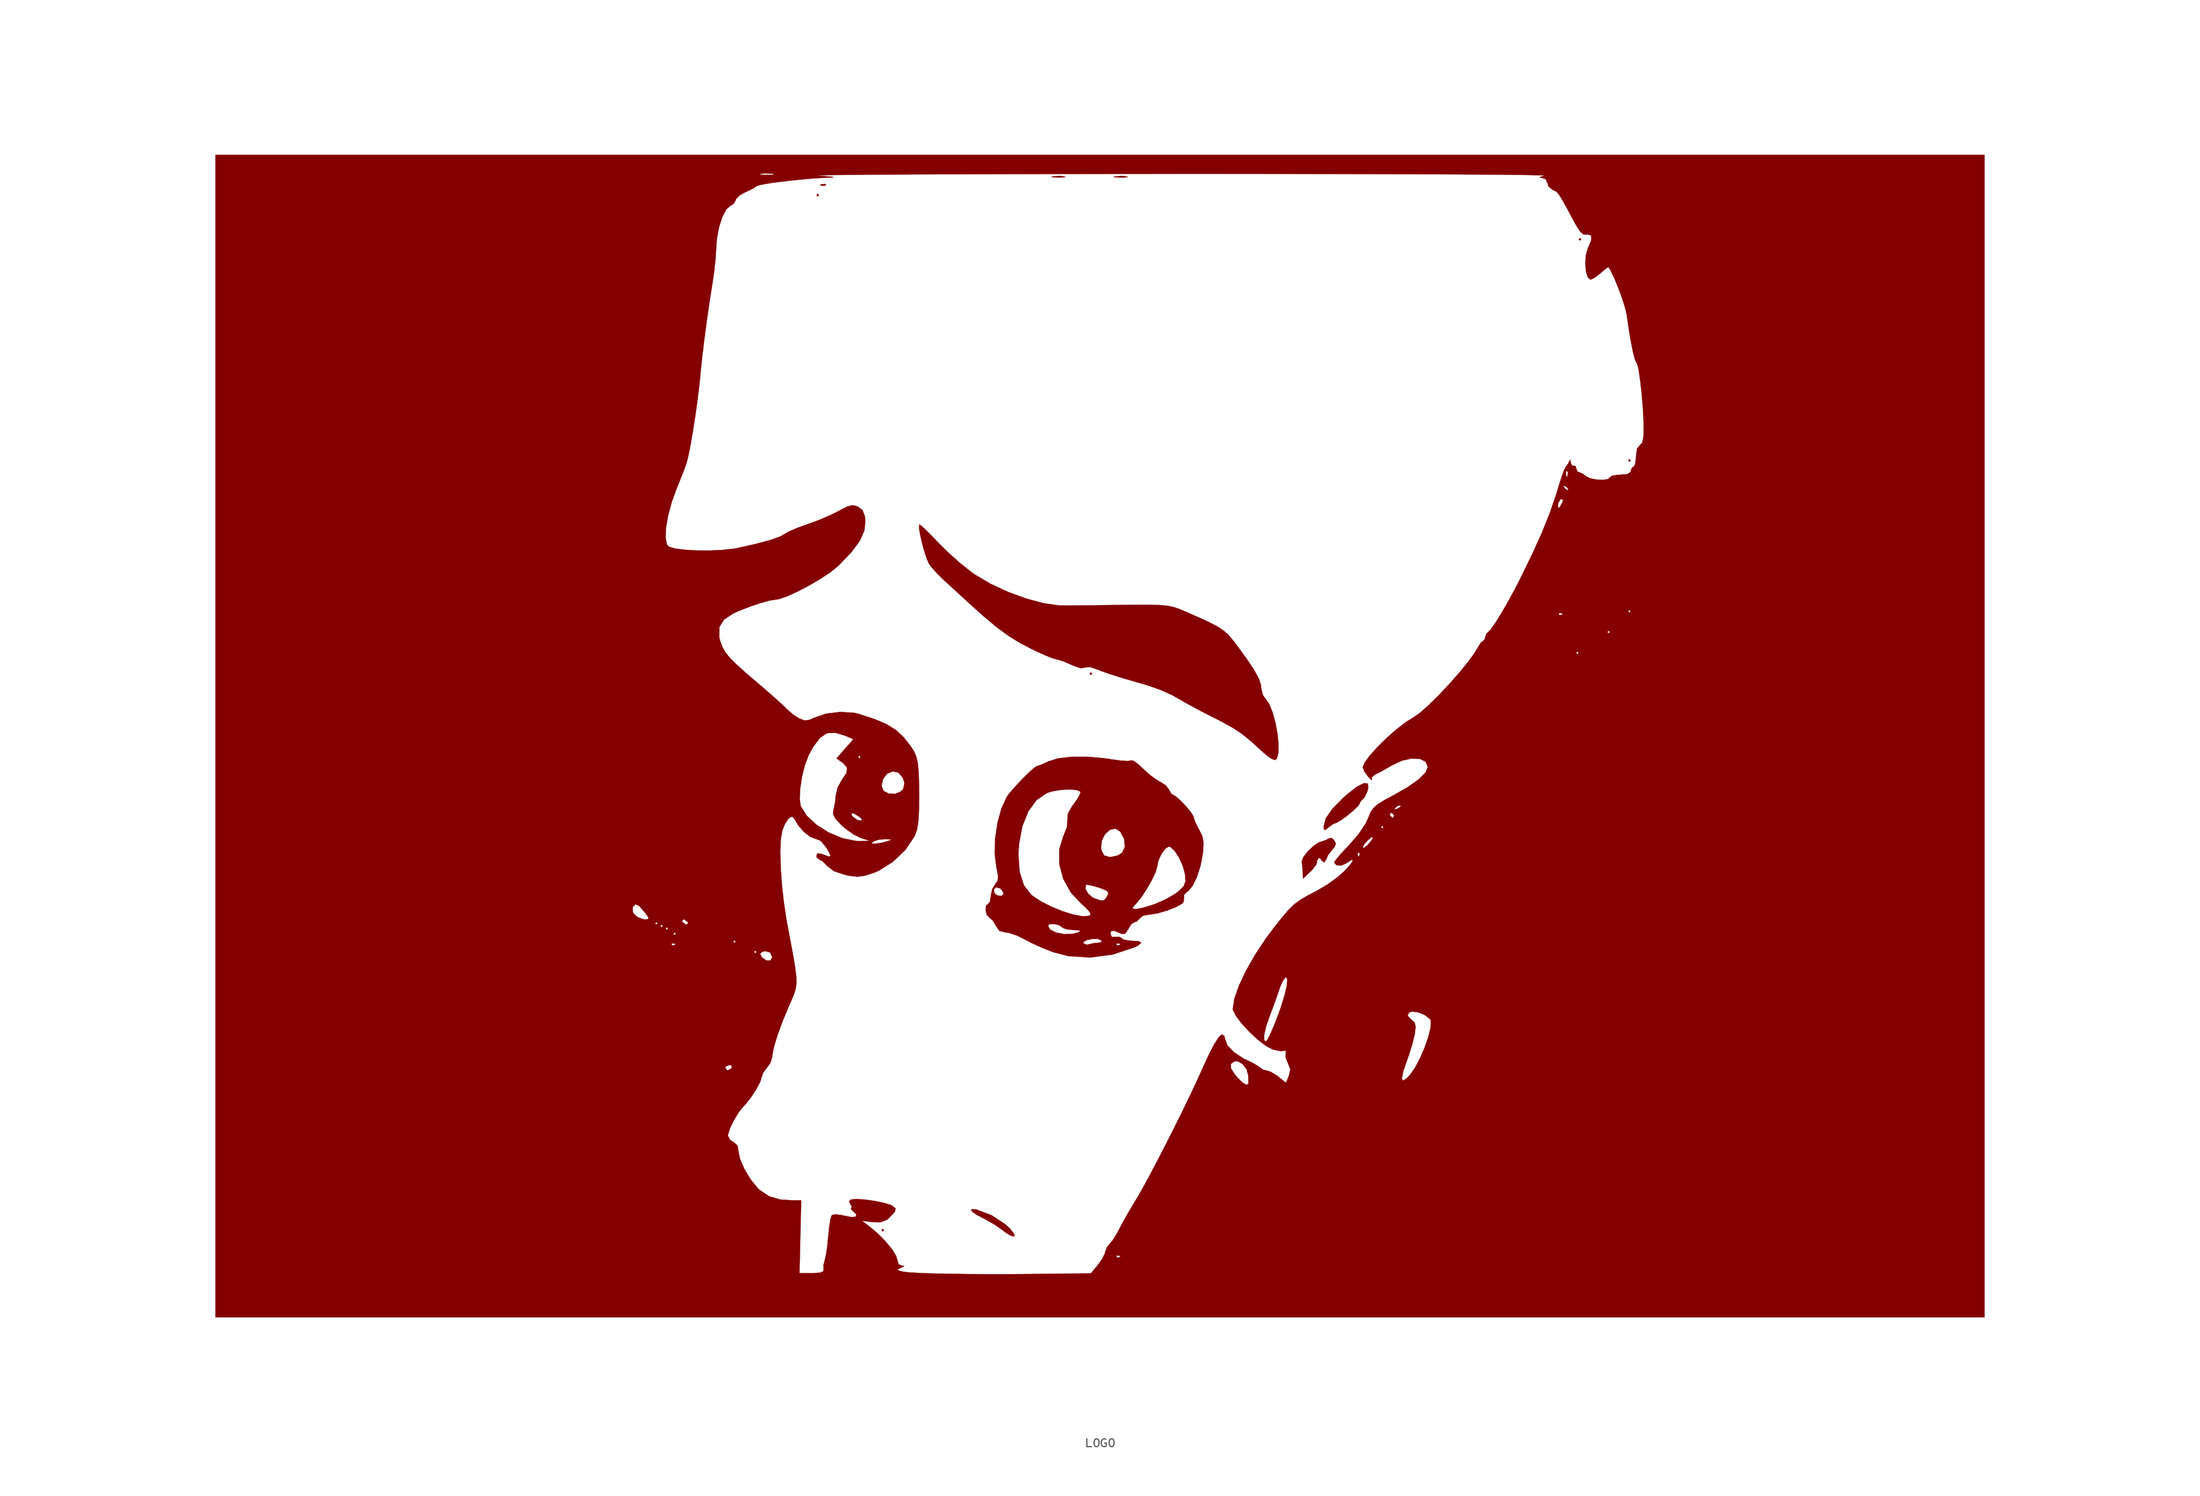
<source format=kicad_sym>
(kicad_symbol_lib
  (version 20220914)
  (generator "bitmap2component")
  (generator_version "9.0")
  (symbol "LOGO"
    (pin_names
      (offset 1.016))
    (property "Reference" "#G"
      (at 0 59.758 0)
      (effects (font (size 1.27 1.27)) hide))
    (symbol "LOGO_0_0"
      (polyline (pts (xy 91.872 0.000100) (xy 91.872 60.393) (xy 0 60.393) (xy -91.872 60.393) (xy -91.872 58.355) (xy -35.323 58.355) (xy -35.195 58.422) (xy -34.767 58.466) (xy -33.979 58.422) (xy -33.842 58.38) (xy -34.003 58.326) (xy -34.587 58.304) (xy -34.984 58.312) (xy -35.323 58.355) (xy -91.872 58.355) (xy -91.872 20.608) (xy -45.121 20.608) (xy -45.074 21.648) (xy -44.852 22.928) (xy -44.467 24.347) (xy -43.934 25.805) (xy -43.678 26.431) (xy -43.277 27.443) (xy -42.979 28.237) (xy -42.801 28.892) (xy -42.571 30.003) (xy -42.321 31.418) (xy -42.068 33.015) (xy -41.832 34.675) (xy -41.632 36.275) (xy -41.488 37.695) (xy -41.334 39.22) (xy -41.104 41.143) (xy -40.824 43.247) (xy -40.518 45.354) (xy -40.21 47.287) (xy -40.067 48.277) (xy -39.924 49.634) (xy -39.854 50.8) (xy -39.798 51.608) (xy -39.575 52.845) (xy -39.228 53.932) (xy -38.801 54.738) (xy -38.341 55.133) (xy -38.054 55.293) (xy -37.83 55.696) (xy -37.806 55.792) (xy -37.455 56.163) (xy -36.816 56.519) (xy -36.605 56.61) (xy -35.984 56.917) (xy -35.668 57.139) (xy -35.653 57.153) (xy -35.271 57.27) (xy -34.48 57.412) (xy -33.397 57.565) (xy -32.136 57.715) (xy -30.811 57.849) (xy -29.538 57.953) (xy -28.43 58.012) (xy -28.07 58.026) (xy -27.664 58.056) (xy -27.719 58.097) (xy -28.262 58.153) (xy -29.318 58.231) (xy -29.352 58.234) (xy -29.299 58.253) (xy -28.737 58.272) (xy -27.694 58.29) (xy -26.196 58.308) (xy -24.272 58.325) (xy -21.949 58.34) (xy -19.254 58.355) (xy -16.215 58.368) (xy -12.86 58.38) (xy -9.215 58.391) (xy -5.31 58.4) (xy -1.17 58.407) (xy 3.176 58.412) (xy 7.701 58.414) (xy 8.055 58.415) (xy 12.597 58.415) (xy 16.975 58.413) (xy 21.161 58.408) (xy 25.125 58.401) (xy 28.839 58.391) (xy 32.273 58.38) (xy 35.399 58.366) (xy 38.188 58.351) (xy 40.609 58.335) (xy 42.636 58.316) (xy 44.237 58.297) (xy 45.386 58.276) (xy 46.052 58.254) (xy 46.206 58.231) (xy 45.932 58.169) (xy 45.632 58.054) (xy 45.869 57.996) (xy 46.27 57.884) (xy 46.477 57.438) (xy 46.575 57.107) (xy 47.01 56.747) (xy 47.228 56.666) (xy 47.449 56.515) (xy 47.692 56.221) (xy 48.015 55.702) (xy 48.475 54.871) (xy 49.129 53.647) (xy 49.428 53.101) (xy 49.865 52.426) (xy 50.212 52.12) (xy 50.547 52.099) (xy 50.642 52.12) (xy 51.011 52.014) (xy 51.02 51.525) (xy 50.667 50.67) (xy 50.633 50.598) (xy 50.452 49.904) (xy 50.404 49.071) (xy 50.478 48.267) (xy 50.659 47.662) (xy 50.932 47.422) (xy 50.987 47.43) (xy 51.436 47.66) (xy 52.007 48.113) (xy 52.144 48.237) (xy 52.6 48.612) (xy 52.816 48.721) (xy 52.987 48.454) (xy 53.373 47.666) (xy 53.804 46.628) (xy 54.214 45.514) (xy 54.537 44.5) (xy 54.707 43.757) (xy 54.893 42.433) (xy 55.126 41.037) (xy 55.357 39.895) (xy 55.567 39.101) (xy 55.736 38.749) (xy 55.827 38.554) (xy 55.966 37.904) (xy 56.109 36.916) (xy 56.243 35.709) (xy 56.356 34.399) (xy 56.435 33.105) (xy 56.467 31.944) (xy 56.444 31.138) (xy 56.32 30.5) (xy 56.069 30.227) (xy 55.773 29.858) (xy 55.664 29.019) (xy 55.658 28.802) (xy 55.565 28.206) (xy 55.394 27.967) (xy 55.269 27.921) (xy 55.123 27.562) (xy 55.104 27.445) (xy 54.794 27.223) (xy 54.042 27.157) (xy 53.8 27.15) (xy 53.201 27.055) (xy 52.962 26.886) (xy 52.78 26.707) (xy 52.248 26.622) (xy 51.551 26.653) (xy 50.883 26.789) (xy 50.433 27.021) (xy 50.15 27.253) (xy 49.738 27.427) (xy 49.6 27.478) (xy 49.449 27.848) (xy 49.41 28.041) (xy 49.179 28.102) (xy 49.021 28.095) (xy 48.887 28.424) (xy 48.887 28.427) (xy 48.838 28.727) (xy 48.712 28.508) (xy 48.625 28.316) (xy 48.37 27.967) (xy 48.345 27.94) (xy 48.16 27.538) (xy 48.081 27.314) (xy 48.389 27.314) (xy 48.433 27.58) (xy 48.553 27.477) (xy 48.596 27.321) (xy 48.531 26.959) (xy 48.439 26.964) (xy 48.389 27.314) (xy 48.081 27.314) (xy 47.891 26.781) (xy 47.647 25.998) (xy 48.141 25.998) (xy 48.326 25.966) (xy 48.446 25.883) (xy 48.638 25.654) (xy 48.636 25.617) (xy 48.479 25.557) (xy 48.207 25.847) (xy 48.141 25.998) (xy 47.647 25.998) (xy 47.587 25.805) (xy 47.359 25.059) (xy 46.983 23.965) (xy 47.562 23.965) (xy 47.593 24.204) (xy 47.828 24.59) (xy 47.928 24.636) (xy 48.094 24.538) (xy 48.057 24.376) (xy 47.828 23.914) (xy 47.792 23.86) (xy 47.605 23.663) (xy 47.562 23.965) (xy 46.983 23.965) (xy 46.694 23.129) (xy 45.872 21.087) (xy 44.846 18.819) (xy 43.57 16.213) (xy 43.126 15.35) (xy 42.378 13.972) (xy 41.799 12.97) (xy 54.853 12.97) (xy 54.988 13.105) (xy 55.123 12.97) (xy 54.988 12.835) (xy 54.853 12.97) (xy 41.799 12.97) (xy 41.669 12.745) (xy 47.648 12.745) (xy 47.687 12.777) (xy 48.008 12.745) (xy 48.05 12.664) (xy 47.828 12.565) (xy 47.685 12.585) (xy 47.648 12.745) (xy 41.669 12.745) (xy 41.662 12.733) (xy 41.03 11.721) (xy 40.534 11.021) (xy 40.318 10.809) (xy 52.691 10.809) (xy 52.827 10.944) (xy 52.962 10.809) (xy 52.827 10.674) (xy 52.691 10.809) (xy 40.318 10.809) (xy 40.227 10.719) (xy 40.132 10.649) (xy 39.992 10.246) (xy 39.969 10.081) (xy 39.765 9.863) (xy 39.553 9.719) (xy 39.261 9.255) (xy 38.946 8.704) (xy 38.905 8.647) (xy 49.449 8.647) (xy 49.584 8.782) (xy 49.719 8.647) (xy 49.584 8.512) (xy 49.449 8.647) (xy 38.905 8.647) (xy 38.257 7.748) (xy 37.34 6.622) (xy 36.287 5.426) (xy 35.191 4.261) (xy 34.143 3.225) (xy 33.236 2.422) (xy 32.561 1.95) (xy 31.74 1.438) (xy 30.767 0.686) (xy 29.764 -0.2) (xy 28.821 -1.128) (xy 28.033 -2.006) (xy 27.492 -2.744) (xy 27.291 -3.25) (xy 27.455 -3.674) (xy 27.852 -4.226) (xy 27.918 -4.299) (xy 28.212 -4.587) (xy 28.241 -4.524) (xy 28.226 -4.296) (xy 28.558 -4.001) (xy 28.816 -3.885) (xy 29.493 -3.525) (xy 30.294 -3.057) (xy 30.321 -3.041) (xy 31.372 -2.552) (xy 32.379 -2.331) (xy 33.233 -2.374) (xy 33.825 -2.675) (xy 34.047 -3.229) (xy 33.809 -3.783) (xy 33.112 -4.481) (xy 32.01 -5.27) (xy 30.555 -6.105) (xy 29.619 -6.606) (xy 28.863 -7.064) (xy 28.391 -7.469) (xy 28.287 -7.624) (xy 30.561 -7.624) (xy 30.732 -7.397) (xy 30.931 -7.243) (xy 31.217 -7.213) (xy 31.214 -7.334) (xy 30.884 -7.548) (xy 30.832 -7.568) (xy 30.561 -7.624) (xy 28.287 -7.624) (xy 28.091 -7.917) (xy 28.003 -8.137) (xy 30.087 -8.137) (xy 30.248 -7.971) (xy 30.326 -7.982) (xy 30.534 -8.241) (xy 30.531 -8.303) (xy 30.415 -8.512) (xy 30.372 -8.499) (xy 30.129 -8.241) (xy 30.087 -8.137) (xy 28.003 -8.137) (xy 27.853 -8.507) (xy 27.597 -9.068) (xy 27.34 -9.457) (xy 29.183 -9.457) (xy 29.318 -9.322) (xy 29.453 -9.457) (xy 29.318 -9.592) (xy 29.183 -9.457) (xy 27.34 -9.457) (xy 26.873 -10.163) (xy 25.873 -11.319) (xy 25.634 -11.567) (xy 25.626 -11.577) (xy 27.291 -11.577) (xy 27.428 -11.268) (xy 27.832 -10.808) (xy 28.205 -10.523) (xy 28.372 -10.508) (xy 28.221 -10.801) (xy 27.832 -11.276) (xy 27.811 -11.298) (xy 27.443 -11.607) (xy 27.291 -11.577) (xy 25.626 -11.577) (xy 24.963 -12.294) (xy 24.963 -12.295) (xy 26.751 -12.295) (xy 26.771 -12.152) (xy 26.931 -12.114) (xy 26.963 -12.154) (xy 26.931 -12.475) (xy 26.85 -12.517) (xy 26.751 -12.295) (xy 24.963 -12.295) (xy 24.495 -12.846) (xy 24.319 -13.119) (xy 24.32 -13.144) (xy 24.555 -13.417) (xy 25.048 -13.453) (xy 25.576 -13.23) (xy 25.675 -13.157) (xy 26.153 -12.86) (xy 26.267 -12.919) (xy 26.023 -13.304) (xy 25.427 -13.983) (xy 24.665 -14.663) (xy 23.601 -15.428) (xy 22.507 -16.073) (xy 21.604 -16.544) (xy 20.811 -17.005) (xy 20.175 -17.475) (xy 19.574 -18.061) (xy 18.887 -18.866) (xy 17.993 -19.996) (xy 17.249 -20.993) (xy 16.12 -22.694) (xy 15.162 -24.373) (xy 14.423 -25.938) (xy 13.949 -27.291) (xy 13.79 -28.339) (xy 13.809 -28.469) (xy 14.121 -29.09) (xy 14.727 -29.884) (xy 15.518 -30.739) (xy 15.881 -31.077) (xy 17.048 -31.077) (xy 17.255 -30.167) (xy 17.673 -28.959) (xy 17.986 -28.134) (xy 18.366 -27.087) (xy 18.638 -26.282) (xy 18.697 -26.107) (xy 18.982 -25.449) (xy 19.246 -25.092) (xy 19.34 -25.061) (xy 19.457 -25.296) (xy 19.398 -25.924) (xy 19.182 -26.869) (xy 18.824 -28.052) (xy 18.34 -29.393) (xy 18.113 -29.966) (xy 17.718 -30.881) (xy 17.405 -31.512) (xy 17.226 -31.748) (xy 17.064 -31.621) (xy 17.048 -31.077) (xy 15.881 -31.077) (xy 16.383 -31.543) (xy 17.212 -32.182) (xy 17.896 -32.543) (xy 18.082 -32.599) (xy 18.764 -32.732) (xy 19.177 -32.701) (xy 19.307 -32.673) (xy 19.287 -32.954) (xy 19.277 -33.377) (xy 19.517 -33.981) (xy 19.524 -33.992) (xy 19.766 -34.615) (xy 19.612 -35.303) (xy 19.509 -35.551) (xy 31.351 -35.551) (xy 31.497 -34.837) (xy 31.902 -33.661) (xy 32.106 -33.089) (xy 32.449 -31.971) (xy 32.679 -31.018) (xy 32.696 -30.93) (xy 32.785 -30.198) (xy 32.68 -29.769) (xy 32.336 -29.448) (xy 32.295 -29.419) (xy 31.958 -29.06) (xy 32.084 -28.741) (xy 32.406 -28.622) (xy 33.049 -28.705) (xy 33.75 -28.996) (xy 34.297 -29.43) (xy 34.373 -29.635) (xy 34.332 -30.306) (xy 34.1 -31.249) (xy 33.723 -32.338) (xy 33.248 -33.444) (xy 32.722 -34.439) (xy 32.192 -35.195) (xy 31.831 -35.575) (xy 31.462 -35.798) (xy 31.351 -35.551) (xy 19.509 -35.551) (xy 19.316 -36.018) (xy 18.507 -35.372) (xy 18.39 -35.282) (xy 17.744 -34.885) (xy 17.242 -34.724) (xy 17.004 -34.691) (xy 16.623 -34.46) (xy 16.521 -34.358) (xy 16.024 -34.042) (xy 15.298 -33.683) (xy 14.91 -33.497) (xy 13.896 -32.834) (xy 13.218 -32.106) (xy 12.97 -31.406) (xy 12.91 -31.13) (xy 12.644 -31.003) (xy 12.329 -31.282) (xy 11.85 -32.032) (xy 11.222 -33.263) (xy 10.851 -34.075) (xy 13.585 -34.075) (xy 13.981 -33.789) (xy 14.284 -33.773) (xy 14.804 -34.071) (xy 15.227 -34.631) (xy 15.402 -35.293) (xy 15.405 -35.587) (xy 15.422 -35.999) (xy 15.424 -36.097) (xy 15.245 -36.246) (xy 14.829 -36.019) (xy 14.254 -35.452) (xy 14.04 -35.197) (xy 13.601 -34.522) (xy 13.585 -34.075) (xy 10.851 -34.075) (xy 10.434 -34.992) (xy 10.087 -35.763) (xy 9.394 -37.239) (xy 8.57 -38.938) (xy 7.668 -40.756) (xy 6.739 -42.593) (xy 5.834 -44.347) (xy 5.004 -45.917) (xy 4.303 -47.201) (xy 3.78 -48.098) (xy 3.718 -48.197) (xy 3.06 -49.294) (xy 2.44 -50.38) (xy 1.986 -51.232) (xy 1.76 -51.66) (xy 1.313 -52.383) (xy 0.955 -52.819) (xy 0.733 -53.07) (xy 0.533 -53.603) (xy 0.513 -53.723) (xy 0.384 -53.997) (xy 1.711 -53.997) (xy 1.751 -53.965) (xy 2.072 -53.997) (xy 2.114 -54.079) (xy 1.891 -54.178) (xy 1.748 -54.158) (xy 1.711 -53.997) (xy 0.384 -53.997) (xy 0.252 -54.277) (xy -0.212 -54.932) (xy -0.95 -55.821) (xy -6.352 -55.883) (xy -8.561 -55.902) (xy -11.079 -55.908) (xy -13.432 -55.898) (xy -15.558 -55.872) (xy -17.394 -55.832) (xy -18.878 -55.778) (xy -19.946 -55.712) (xy -20.536 -55.635) (xy -20.897 -55.536) (xy -21.019 -55.419) (xy -20.671 -55.246) (xy -20.516 -55.181) (xy -20.316 -55.05) (xy -20.604 -55.007) (xy -20.911 -54.886) (xy -21.077 -54.35) (xy -21.161 -54.029) (xy -21.584 -53.331) (xy -22.274 -52.492) (xy -23.134 -51.628) (xy -24.066 -50.852) (xy -24.724 -50.364) (xy -23.644 -50.501) (xy -22.794 -50.522) (xy -22.078 -50.236) (xy -21.397 -49.535) (xy -21.285 -49.38) (xy -21.231 -49.059) (xy -21.628 -48.768) (xy -21.759 -48.706) (xy -22.479 -48.487) (xy -23.437 -48.294) (xy -24.442 -48.154) (xy -25.305 -48.095) (xy -25.835 -48.147) (xy -26.071 -48.323) (xy -25.914 -48.67) (xy -25.781 -48.882) (xy -25.84 -49.052) (xy -25.875 -49.146) (xy -25.587 -49.431) (xy -25.315 -49.7) (xy -25.348 -49.93) (xy -25.798 -49.979) (xy -26.606 -49.822) (xy -26.801 -49.774) (xy -27.47 -49.688) (xy -27.853 -49.768) (xy -27.861 -49.776) (xy -27.992 -50.17) (xy -28.121 -50.936) (xy -28.221 -51.918) (xy -28.323 -52.965) (xy -28.459 -53.892) (xy -28.598 -54.483) (xy -28.721 -54.963) (xy -28.716 -55.461) (xy -28.724 -55.599) (xy -29.075 -55.752) (xy -29.904 -55.799) (xy -31.21 -55.8) (xy -31.122 -52.016) (xy -31.034 -48.233) (xy -31.966 -48.233) (xy -33.206 -48.153) (xy -34.357 -47.819) (xy -35.325 -47.177) (xy -35.546 -46.968) (xy -36.277 -46.068) (xy -36.923 -44.997) (xy -37.384 -43.939) (xy -37.56 -43.077) (xy -37.658 -42.529) (xy -38.1 -42.153) (xy -38.414 -41.967) (xy -38.64 -41.523) (xy -38.63 -41.405) (xy -38.415 -40.726) (xy -37.997 -39.87) (xy -37.483 -39.035) (xy -36.98 -38.42) (xy -36.766 -38.197) (xy -36.21 -37.487) (xy -35.68 -36.668) (xy -35.283 -35.916) (xy -35.128 -35.403) (xy -34.988 -34.989) (xy -34.587 -34.452) (xy -34.231 -33.956) (xy -34.047 -33.354) (xy -34.04 -33.204) (xy -33.867 -32.314) (xy -33.491 -31.073) (xy -32.945 -29.583) (xy -32.263 -27.949) (xy -32.007 -27.374) (xy -31.767 -26.793) (xy -31.607 -26.268) (xy -31.531 -25.715) (xy -31.54 -25.05) (xy -31.636 -24.189) (xy -31.822 -23.048) (xy -32.099 -21.543) (xy -32.47 -19.59) (xy -32.568 -19.047) (xy -32.843 -17.205) (xy -33.044 -15.334) (xy -33.165 -13.547) (xy -33.2 -11.954) (xy -33.144 -10.668) (xy -32.99 -9.8) (xy -32.726 -9.145) (xy -32.342 -8.558) (xy -31.985 -8.364) (xy -31.721 -8.626) (xy -31.368 -9.25) (xy -30.768 -9.938) (xy -30.11 -10.464) (xy -29.555 -10.673) (xy -29.004 -10.889) (xy -28.798 -11.142) (xy -23.736 -11.142) (xy -23.509 -10.944) (xy -23.017 -10.772) (xy -22.293 -10.704) (xy -21.764 -10.728) (xy -21.719 -10.791) (xy -22.157 -10.944) (xy -22.686 -11.081) (xy -23.373 -11.183) (xy -23.472 -11.186) (xy -23.736 -11.142) (xy -28.798 -11.142) (xy -28.408 -11.619) (xy -28.13 -12.1) (xy -27.98 -12.467) (xy -28.176 -12.507) (xy -28.76 -12.301) (xy -28.948 -12.234) (xy -29.349 -12.183) (xy -29.453 -12.436) (xy -29.421 -12.617) (xy -29.154 -12.835) (xy -28.792 -13.027) (xy -28.338 -13.492) (xy -27.617 -14.049) (xy -26.38 -14.449) (xy -25.948 -14.533) (xy -25.137 -14.611) (xy -24.39 -14.503) (xy -23.432 -14.185) (xy -23.005 -14.005) (xy -21.522 -13.079) (xy -20.211 -11.825) (xy -19.253 -10.406) (xy -19.178 -10.246) (xy -18.985 -9.646) (xy -18.863 -8.851) (xy -18.801 -7.745) (xy -18.785 -6.215) (xy -18.792 -4.999) (xy -18.832 -3.73) (xy -18.921 -2.807) (xy -19.081 -2.12) (xy -19.329 -1.558) (xy -19.686 -1.008) (xy -20.406 -0.102) (xy -21.201 0.637) (xy -22.157 1.234) (xy -23.399 1.764) (xy -25.05 2.304) (xy -25.528 2.417) (xy -26.962 2.511) (xy -28.446 2.331) (xy -29.709 1.899) (xy -30.171 1.686) (xy -30.687 1.624) (xy -31.278 1.857) (xy -31.898 2.257) (xy -32.561 2.843) (xy -32.908 3.187) (xy -33.603 3.823) (xy -34.513 4.625) (xy -35.529 5.497) (xy -36.775 6.564) (xy -37.774 7.464) (xy -38.474 8.174) (xy -38.943 8.768) (xy -39.247 9.32) (xy -39.45 9.904) (xy -39.551 10.339) (xy -39.528 11.335) (xy -39.043 12.113) (xy -38.059 12.752) (xy -37.498 13.003) (xy -36.387 13.438) (xy -35.262 13.817) (xy -34.292 14.085) (xy -33.646 14.186) (xy -33.328 14.233) (xy -32.487 14.522) (xy -31.404 15.015) (xy -30.207 15.644) (xy -29.025 16.339) (xy -27.985 17.031) (xy -27.216 17.652) (xy -27.091 17.773) (xy -25.791 19.133) (xy -24.93 20.309) (xy -24.469 21.363) (xy -24.371 22.357) (xy -24.431 22.867) (xy -24.657 23.466) (xy -25.121 23.826) (xy -25.357 23.929) (xy -25.791 23.986) (xy -26.33 23.818) (xy -27.147 23.39) (xy -27.994 22.964) (xy -29.206 22.444) (xy -30.399 22.008) (xy -30.452 21.991) (xy -31.448 21.632) (xy -32.273 21.276) (xy -32.754 20.999) (xy -33.143 20.769) (xy -34.133 20.406) (xy -35.648 19.995) (xy -37.695 19.533) (xy -38.081 19.463) (xy -39.251 19.338) (xy -40.589 19.282) (xy -41.954 19.292) (xy -43.205 19.366) (xy -44.2 19.5) (xy -44.799 19.691) (xy -44.977 19.905) (xy -45.121 20.608) (xy -91.872 20.608) (xy -91.872 0.000100) (xy -91.872 -6.488) (xy -31.191 -6.488) (xy -31.131 -5.402) (xy -30.939 -4.175) (xy -30.641 -2.986) (xy -30.266 -2.013) (xy -29.77 -1.103) (xy -29.072 -0.176) (xy -28.346 0.295) (xy -27.51 0.352) (xy -26.485 0.04) (xy -25.616 -0.325) (xy -26.494 -1.325) (xy -27.229 -2.162) (xy -25.13 -2.162) (xy -24.995 -2.026) (xy -24.86 -2.162) (xy -24.995 -2.297) (xy -25.13 -2.162) (xy -27.229 -2.162) (xy -27.372 -2.325) (xy -26.791 -2.731) (xy -26.65 -2.836) (xy -26.275 -3.292) (xy -26.328 -3.82) (xy -26.81 -4.546) (xy -26.816 -4.553) (xy -27.163 -5.182) (xy -22.689 -5.182) (xy -22.538 -4.471) (xy -22.106 -3.912) (xy -21.527 -3.67) (xy -20.939 -3.797) (xy -20.477 -4.344) (xy -20.308 -4.891) (xy -20.443 -5.493) (xy -20.687 -5.757) (xy -21.291 -6.002) (xy -21.95 -5.97) (xy -22.478 -5.688) (xy -22.689 -5.182) (xy -27.163 -5.182) (xy -27.245 -5.332) (xy -27.443 -6.158) (xy -27.52 -6.915) (xy -27.678 -7.652) (xy -27.697 -7.715) (xy -27.707 -8.009) (xy -25.823 -8.009) (xy -25.541 -8.055) (xy -25.011 -8.385) (xy -24.876 -8.49) (xy -24.674 -8.722) (xy -24.91 -8.782) (xy -25.183 -8.721) (xy -25.67 -8.377) (xy -25.766 -8.25) (xy -25.823 -8.009) (xy -27.707 -8.009) (xy -27.712 -8.158) (xy -27.445 -8.635) (xy -26.818 -9.29) (xy -26.419 -9.637) (xy -25.575 -10.231) (xy -24.835 -10.594) (xy -23.914 -10.888) (xy -24.995 -10.902) (xy -25.367 -10.89) (xy -26.746 -10.61) (xy -28.148 -10.026) (xy -29.431 -9.22) (xy -30.455 -8.277) (xy -31.08 -7.28) (xy -31.09 -7.255) (xy -31.191 -6.488) (xy -91.872 -6.488) (xy -91.872 -17.873) (xy -48.556 -17.873) (xy -48.497 -17.735) (xy -48.244 -17.477) (xy -47.882 -17.642) (xy -47.334 -18.254) (xy -47.259 -18.35) (xy -46.922 -18.819) (xy -46.913 -19.012) (xy -47.215 -19.05) (xy -47.41 -19.036) (xy -48.06 -18.796) (xy -48.495 -18.362) (xy -48.556 -17.873) (xy -91.872 -17.873) (xy -91.872 -19.216) (xy -43.412 -19.216) (xy -43.266 -19.05) (xy -43.187 -19.06) (xy -42.829 -19.32) (xy -42.785 -19.424) (xy -42.932 -19.59) (xy -43.011 -19.58) (xy -43.369 -19.32) (xy -43.412 -19.216) (xy -91.872 -19.216) (xy -91.872 -19.455) (xy -46.206 -19.455) (xy -46.071 -19.32) (xy -45.936 -19.455) (xy -46.071 -19.59) (xy -46.206 -19.455) (xy -91.872 -19.455) (xy -91.872 -19.725) (xy -45.666 -19.725) (xy -45.531 -19.59) (xy -45.396 -19.725) (xy -45.531 -19.86) (xy -45.666 -19.725) (xy -91.872 -19.725) (xy -91.872 -19.996) (xy -45.126 -19.996) (xy -44.99 -19.86) (xy -44.855 -19.996) (xy -44.99 -20.131) (xy -45.126 -19.996) (xy -91.872 -19.996) (xy -91.872 -20.536) (xy -44.315 -20.536) (xy -44.18 -20.401) (xy -44.045 -20.536) (xy -44.18 -20.671) (xy -44.315 -20.536) (xy -91.872 -20.536) (xy -91.872 -21.347) (xy -38.1 -21.347) (xy -37.965 -21.212) (xy -37.83 -21.347) (xy -37.965 -21.482) (xy -38.1 -21.347) (xy -91.872 -21.347) (xy -91.872 -21.572) (xy -44.495 -21.572) (xy -44.455 -21.54) (xy -44.135 -21.572) (xy -44.093 -21.653) (xy -44.315 -21.752) (xy -44.458 -21.733) (xy -44.495 -21.572) (xy -91.872 -21.572) (xy -91.872 -22.428) (xy -35.938 -22.428) (xy -35.803 -22.293) (xy -35.668 -22.428) (xy -35.803 -22.563) (xy -35.938 -22.428) (xy -91.872 -22.428) (xy -91.872 -22.617) (xy -35.31 -22.617) (xy -35.036 -22.407) (xy -34.777 -22.343) (xy -34.258 -22.488) (xy -34.047 -22.984) (xy -34.047 -23.003) (xy -34.24 -23.324) (xy -34.662 -23.313) (xy -35.125 -22.971) (xy -35.31 -22.617) (xy -91.872 -22.617) (xy -91.872 -34.452) (xy -38.911 -34.452) (xy -38.859 -34.323) (xy -38.489 -34.182) (xy -38.296 -34.221) (xy -38.235 -34.452) (xy -38.29 -34.526) (xy -38.656 -34.722) (xy -38.717 -34.715) (xy -38.911 -34.452) (xy -91.872 -34.452) (xy -91.872 -60.392) (xy 0 -60.392) (xy 91.872 -60.392) (xy 91.872 0.000100)) (stroke (width 0.01) (type default)) (fill (type outline)))
      (polyline (pts (xy -8.912 -51.725) (xy -9.339 -51.181) (xy -9.82 -50.731) (xy -11.235 -49.798) (xy -12.79 -49.206) (xy -13.017 -49.159) (xy -13.383 -49.17) (xy -13.323 -49.369) (xy -12.873 -49.706) (xy -12.071 -50.133) (xy -11.848 -50.243) (xy -10.916 -50.78) (xy -10.133 -51.331) (xy -9.793 -51.594) (xy -9.201 -51.944) (xy -8.886 -51.984) (xy -8.912 -51.725)) (stroke (width 0.01) (type default)) (fill (type outline)))
      (polyline (pts (xy -22.428 -51.34) (xy -22.563 -51.205) (xy -22.698 -51.34) (xy -22.563 -51.475) (xy -22.428 -51.34)) (stroke (width 0.01) (type default)) (fill (type outline)))
      (polyline (pts (xy 1.312 -22.702) (xy 3.556 -21.96) (xy 3.968 -21.757) (xy 4.281 -21.484) (xy 4.065 -21.32) (xy 3.319 -21.266) (xy 3.157 -21.262) (xy 2.527 -21.172) (xy 2.225 -20.997) (xy 2.074 -20.867) (xy 1.608 -20.866) (xy 1.235 -20.878) (xy 1.081 -20.539) (xy 1.145 -20.27) (xy 1.486 -20.237) (xy 1.662 -20.308) (xy 2.293 -20.564) (xy 2.624 -20.536) (xy 2.962 -20.023) (xy 3.246 -19.546) (xy 3.612 -19.32) (xy 3.796 -19.28) (xy 4.144 -18.932) (xy 4.449 -18.671) (xy 5.051 -18.553) (xy 5.16 -18.551) (xy 5.986 -18.415) (xy 6.981 -18.128) (xy 7.91 -17.765) (xy 8.54 -17.405) (xy 8.687 -17.22) (xy 8.738 -16.736) (xy 8.728 -16.505) (xy 9.032 -16.183) (xy 9.167 -16.108) (xy 9.628 -15.556) (xy 10.071 -14.638) (xy 10.439 -13.486) (xy 10.678 -12.233) (xy 10.71 -11.957) (xy 10.755 -11.059) (xy 10.63 -10.393) (xy 10.298 -9.718) (xy 10.178 -9.507) (xy 9.857 -8.848) (xy 9.728 -8.421) (xy 9.717 -8.361) (xy 9.466 -7.938) (xy 8.985 -7.349) (xy 8.414 -6.744) (xy 7.89 -6.271) (xy 7.553 -6.08) (xy 7.399 -5.989) (xy 7.17 -5.568) (xy 6.846 -5.128) (xy 6.244 -4.741) (xy 5.917 -4.566) (xy 5.183 -4.034) (xy 4.444 -3.363) (xy 4 -2.942) (xy 3.508 -2.575) (xy 3.257 -2.522) (xy 3.249 -2.531) (xy 2.894 -2.59) (xy 2.167 -2.549) (xy 1.216 -2.417) (xy 0.46 -2.302) (xy -1.324 -2.145) (xy -2.978 -2.151) (xy -4.373 -2.316) (xy -5.378 -2.635) (xy -5.529 -2.71) (xy -6.161 -2.993) (xy -6.542 -3.107) (xy -6.819 -3.279) (xy -7.355 -3.754) (xy -8.039 -4.429) (xy -8.765 -5.197) (xy -9.426 -5.954) (xy -9.687 -6.32) (xy -10.241 -7.524) (xy -10.653 -9.027) (xy -10.894 -10.664) (xy -10.938 -12.273) (xy -10.935 -12.295) (xy -8.471 -12.295) (xy -8.408 -11.218) (xy -8.06 -9.365) (xy -7.44 -7.817) (xy -6.579 -6.644) (xy -5.508 -5.914) (xy -4.934 -5.737) (xy -4.045 -5.591) (xy -3.149 -5.545) (xy -2.423 -5.605) (xy -2.046 -5.777) (xy -2.045 -5.919) (xy -2.272 -6.405) (xy -2.721 -7.05) (xy -2.894 -7.275) (xy -3.345 -8.069) (xy -3.389 -8.697) (xy -3.379 -8.745) (xy -3.439 -9.459) (xy -3.779 -10.326) (xy -3.805 -10.374) (xy -4.188 -11.605) (xy 0.11 -11.605) (xy 0.197 -10.832) (xy 0.54 -10.177) (xy 1.037 -9.738) (xy 1.589 -9.619) (xy 2.096 -9.919) (xy 2.505 -10.691) (xy 2.579 -11.495) (xy 2.297 -12.121) (xy 1.82 -12.411) (xy 1.091 -12.565) (xy 0.981 -12.563) (xy 0.425 -12.399) (xy 0.156 -11.876) (xy 0.11 -11.605) (xy -4.188 -11.605) (xy -4.237 -11.761) (xy -4.233 -13.285) (xy -3.825 -14.822) (xy -3.265 -15.845) (xy -1.516 -15.845) (xy -1.451 -15.457) (xy -1.356 -15.442) (xy -0.872 -15.528) (xy -0.144 -15.739) (xy 0.174 -15.846) (xy 0.718 -16.082) (xy 0.872 -16.315) (xy 0.731 -16.645) (xy 0.606 -16.843) (xy 0.38 -17.079) (xy 0.053 -17.072) (xy -0.58 -16.854) (xy -0.774 -16.762) (xy -1.251 -16.344) (xy -1.516 -15.845) (xy -3.265 -15.845) (xy -3.046 -16.245) (xy -1.929 -17.431) (xy -1.518 -17.787) (xy -1.375 -17.944) (xy 3.41 -17.944) (xy 3.42 -17.783) (xy 3.798 -17.361) (xy 4.316 -16.717) (xy 4.889 -15.844) (xy 5.412 -14.92) (xy 5.794 -14.107) (xy 5.942 -13.565) (xy 6.058 -12.968) (xy 6.372 -12.272) (xy 6.771 -11.713) (xy 7.146 -11.484) (xy 7.32 -11.534) (xy 7.77 -11.954) (xy 8.232 -12.676) (xy 8.617 -13.547) (xy 8.838 -14.415) (xy 8.877 -15.085) (xy 8.684 -15.605) (xy 8.14 -16.143) (xy 7.724 -16.443) (xy 6.801 -16.965) (xy 5.804 -17.408) (xy 5.136 -17.639) (xy 4.304 -17.877) (xy 3.762 -17.969) (xy 3.76 -17.969) (xy 3.41 -17.944) (xy -1.375 -17.944) (xy -1.08 -18.265) (xy -0.97 -18.548) (xy -1.208 -18.697) (xy -1.872 -18.712) (xy -2.814 -18.529) (xy -3.917 -18.184) (xy -5.068 -17.715) (xy -6.151 -17.16) (xy -7.052 -16.557) (xy -7.135 -16.488) (xy -7.905 -15.494) (xy -8.348 -14.103) (xy -8.471 -12.295) (xy -10.935 -12.295) (xy -10.754 -13.688) (xy -10.722 -13.823) (xy -10.585 -14.578) (xy -10.638 -15.039) (xy -10.899 -15.396) (xy -11.199 -15.899) (xy -11.21 -15.953) (xy -11.029 -15.953) (xy -10.792 -15.704) (xy -10.379 -15.827) (xy -10.182 -16.025) (xy -9.998 -16.381) (xy -9.998 -16.386) (xy -10.201 -16.592) (xy -10.609 -16.576) (xy -10.944 -16.348) (xy -11.029 -15.953) (xy -11.21 -15.953) (xy -11.349 -16.637) (xy -11.428 -17.194) (xy -11.619 -17.429) (xy -11.837 -17.613) (xy -11.883 -18.072) (xy -11.756 -18.572) (xy -11.48 -18.879) (xy -11.149 -19.148) (xy -10.823 -19.699) (xy -5.404 -19.699) (xy -5.228 -19.538) (xy -4.764 -19.523) (xy -4.242 -19.651) (xy -3.898 -19.893) (xy -3.866 -19.927) (xy -3.444 -20.078) (xy -2.754 -20.15) (xy -2.229 -20.174) (xy -2.04 -20.249) (xy -2.297 -20.401) (xy -2.873 -20.556) (xy -3.733 -20.574) (xy -4.552 -20.413) (xy -5.164 -20.108) (xy -5.404 -19.699) (xy -10.823 -19.699) (xy -10.811 -19.718) (xy -10.458 -20.237) (xy -9.802 -20.404) (xy -9.495 -20.443) (xy -8.693 -20.7) (xy -7.836 -21.117) (xy -7.13 -21.489) (xy -7.034 -21.533) (xy -1.725 -21.533) (xy -1.715 -21.391) (xy -1.381 -21.201) (xy -0.834 -21.084) (xy -0.272 -21.074) (xy 0.105 -21.208) (xy 0.181 -21.401) (xy -0.194 -21.482) (xy -0.563 -21.506) (xy -0.871 -21.572) (xy 1.711 -21.572) (xy 1.751 -21.54) (xy 2.072 -21.572) (xy 2.114 -21.653) (xy 1.891 -21.752) (xy 1.748 -21.733) (xy 1.711 -21.572) (xy -0.871 -21.572) (xy -1.167 -21.635) (xy -1.375 -21.677) (xy -1.725 -21.533) (xy -7.034 -21.533) (xy -5.998 -22.006) (xy -4.864 -22.454) (xy -3.257 -22.867) (xy -1.002 -23.007) (xy 1.312 -22.702)) (stroke (width 0.01) (type default)) (fill (type outline)))
      (polyline (pts (xy 21.878 -14.06) (xy 22.062 -13.874) (xy 22.454 -13.381) (xy 22.549 -13.082) (xy 22.521 -13) (xy 22.694 -12.703) (xy 22.802 -12.659) (xy 22.968 -12.819) (xy 22.979 -12.898) (xy 23.238 -13.105) (xy 23.33 -13.086) (xy 23.509 -12.785) (xy 23.678 -12.379) (xy 24.089 -11.847) (xy 24.334 -11.566) (xy 24.504 -11.174) (xy 24.316 -10.805) (xy 24.039 -10.569) (xy 23.682 -10.662) (xy 23.551 -10.767) (xy 23.042 -10.944) (xy 22.695 -11.056) (xy 22.113 -11.469) (xy 21.526 -12.042) (xy 21.087 -12.622) (xy 20.948 -13.057) (xy 21.003 -13.453) (xy 21.056 -14.169) (xy 21.077 -14.828) (xy 21.878 -14.06)) (stroke (width 0.01) (type default)) (fill (type outline)))
      (polyline (pts (xy 23.732 -9.499) (xy 24.091 -9.214) (xy 24.419 -9.052) (xy 24.53 -9.026) (xy 25.012 -8.755) (xy 25.653 -8.29) (xy 26.302 -7.753) (xy 26.805 -7.268) (xy 27.011 -6.958) (xy 27.029 -6.835) (xy 27.232 -6.62) (xy 27.239 -6.62) (xy 27.475 -6.379) (xy 27.743 -5.827) (xy 27.875 -5.368) (xy 27.809 -4.933) (xy 27.418 -4.887) (xy 26.732 -5.228) (xy 25.781 -5.954) (xy 25.305 -6.371) (xy 24.146 -7.538) (xy 23.462 -8.52) (xy 23.238 -9.338) (xy 23.248 -9.648) (xy 23.367 -9.786) (xy 23.732 -9.499)) (stroke (width 0.01) (type default)) (fill (type outline)))
      (polyline (pts (xy 18.379 -2.322) (xy 18.532 -1.716) (xy 18.541 -0.804) (xy 18.429 0.285) (xy 18.214 1.428) (xy 17.918 2.498) (xy 17.56 3.369) (xy 17.162 3.916) (xy 16.9 4.298) (xy 16.752 4.965) (xy 16.713 5.334) (xy 16.494 5.978) (xy 16.047 6.808) (xy 15.329 7.898) (xy 14.299 9.322) (xy 13.861 9.901) (xy 13.384 10.464) (xy 12.887 10.924) (xy 12.273 11.341) (xy 11.448 11.781) (xy 10.316 12.305) (xy 8.782 12.977) (xy 8.209 13.217) (xy 7.662 13.405) (xy 7.085 13.53) (xy 6.376 13.605) (xy 5.431 13.639) (xy 4.151 13.643) (xy 2.432 13.627) (xy 1.3 13.614) (xy -0.357 13.597) (xy -1.867 13.582) (xy -3.097 13.572) (xy -3.918 13.566) (xy -4.251 13.575) (xy -5.834 13.798) (xy -7.653 14.285) (xy -9.554 14.981) (xy -11.383 15.831) (xy -12.988 16.781) (xy -13.327 17.022) (xy -14.495 17.948) (xy -15.723 19.037) (xy -16.795 20.1) (xy -17.356 20.689) (xy -18.054 21.39) (xy -18.552 21.85) (xy -18.768 21.989) (xy -18.796 21.66) (xy -18.691 20.974) (xy -18.493 20.092) (xy -18.242 19.172) (xy -17.976 18.372) (xy -17.736 17.853) (xy -17.502 17.542) (xy -16.892 16.864) (xy -16.171 16.158) (xy -15.442 15.493) (xy -14.473 14.606) (xy -13.534 13.743) (xy -12.056 12.415) (xy -10.726 11.305) (xy -9.536 10.43) (xy -8.373 9.706) (xy -7.12 9.048) (xy -6.654 8.824) (xy -5.687 8.387) (xy -4.937 8.085) (xy -4.536 7.971) (xy -4.369 7.946) (xy -3.761 7.745) (xy -2.991 7.409) (xy -2.817 7.327) (xy -2.001 7.047) (xy -1.562 7.112) (xy -1.535 7.135) (xy -1.044 7.177) (xy -0.176 6.882) (xy 0.051 6.787) (xy 0.97 6.457) (xy 2.144 6.081) (xy 3.378 5.723) (xy 4.976 5.259) (xy 6.319 4.784) (xy 7.482 4.255) (xy 8.647 3.598) (xy 8.871 3.466) (xy 9.692 3.013) (xy 10.755 2.452) (xy 11.889 1.874) (xy 12.607 1.509) (xy 13.784 0.86) (xy 14.748 0.22) (xy 15.691 -0.544) (xy 16.804 -1.567) (xy 17.265 -1.971) (xy 17.844 -2.377) (xy 18.198 -2.492) (xy 18.379 -2.322)) (stroke (width 0.01) (type default)) (fill (type outline)))
      (polyline (pts (xy -0.811 6.485) (xy -0.946 6.62) (xy -1.081 6.485) (xy -0.946 6.35) (xy -0.811 6.485)) (stroke (width 0.01) (type default)) (fill (type outline)))
      (polyline (pts (xy 55.123 28.643) (xy 54.988 28.778) (xy 54.853 28.643) (xy 54.988 28.508) (xy 55.123 28.643)) (stroke (width 0.01) (type default)) (fill (type outline)))
      (polyline (pts (xy 49.989 51.611) (xy 49.854 51.746) (xy 49.719 51.611) (xy 49.854 51.476) (xy 49.989 51.611)) (stroke (width 0.01) (type default)) (fill (type outline)))
      (polyline (pts (xy -29.183 56.204) (xy -29.318 56.34) (xy -29.453 56.204) (xy -29.318 56.069) (xy -29.183 56.204)) (stroke (width 0.01) (type default)) (fill (type outline)))
      (polyline (pts (xy -28.526 57.191) (xy -28.445 57.313) (xy -28.541 57.367) (xy -28.963 57.335) (xy -29.088 57.237) (xy -28.8 57.171) (xy -28.526 57.191)) (stroke (width 0.01) (type default)) (fill (type outline)))
      (polyline (pts (xy -3.927 58.042) (xy -3.587 58.085) (xy -3.715 58.151) (xy -4.144 58.196) (xy -4.931 58.151) (xy -5.068 58.109) (xy -4.908 58.055) (xy -4.323 58.034) (xy -3.927 58.042)) (stroke (width 0.01) (type default)) (fill (type outline)))
      (polyline (pts (xy 2.558 58.042) (xy 2.898 58.085) (xy 2.77 58.151) (xy 2.341 58.196) (xy 1.554 58.151) (xy 1.417 58.109) (xy 1.577 58.055) (xy 2.162 58.034) (xy 2.558 58.042)) (stroke (width 0.01) (type default)) (fill (type outline))))))
</source>
